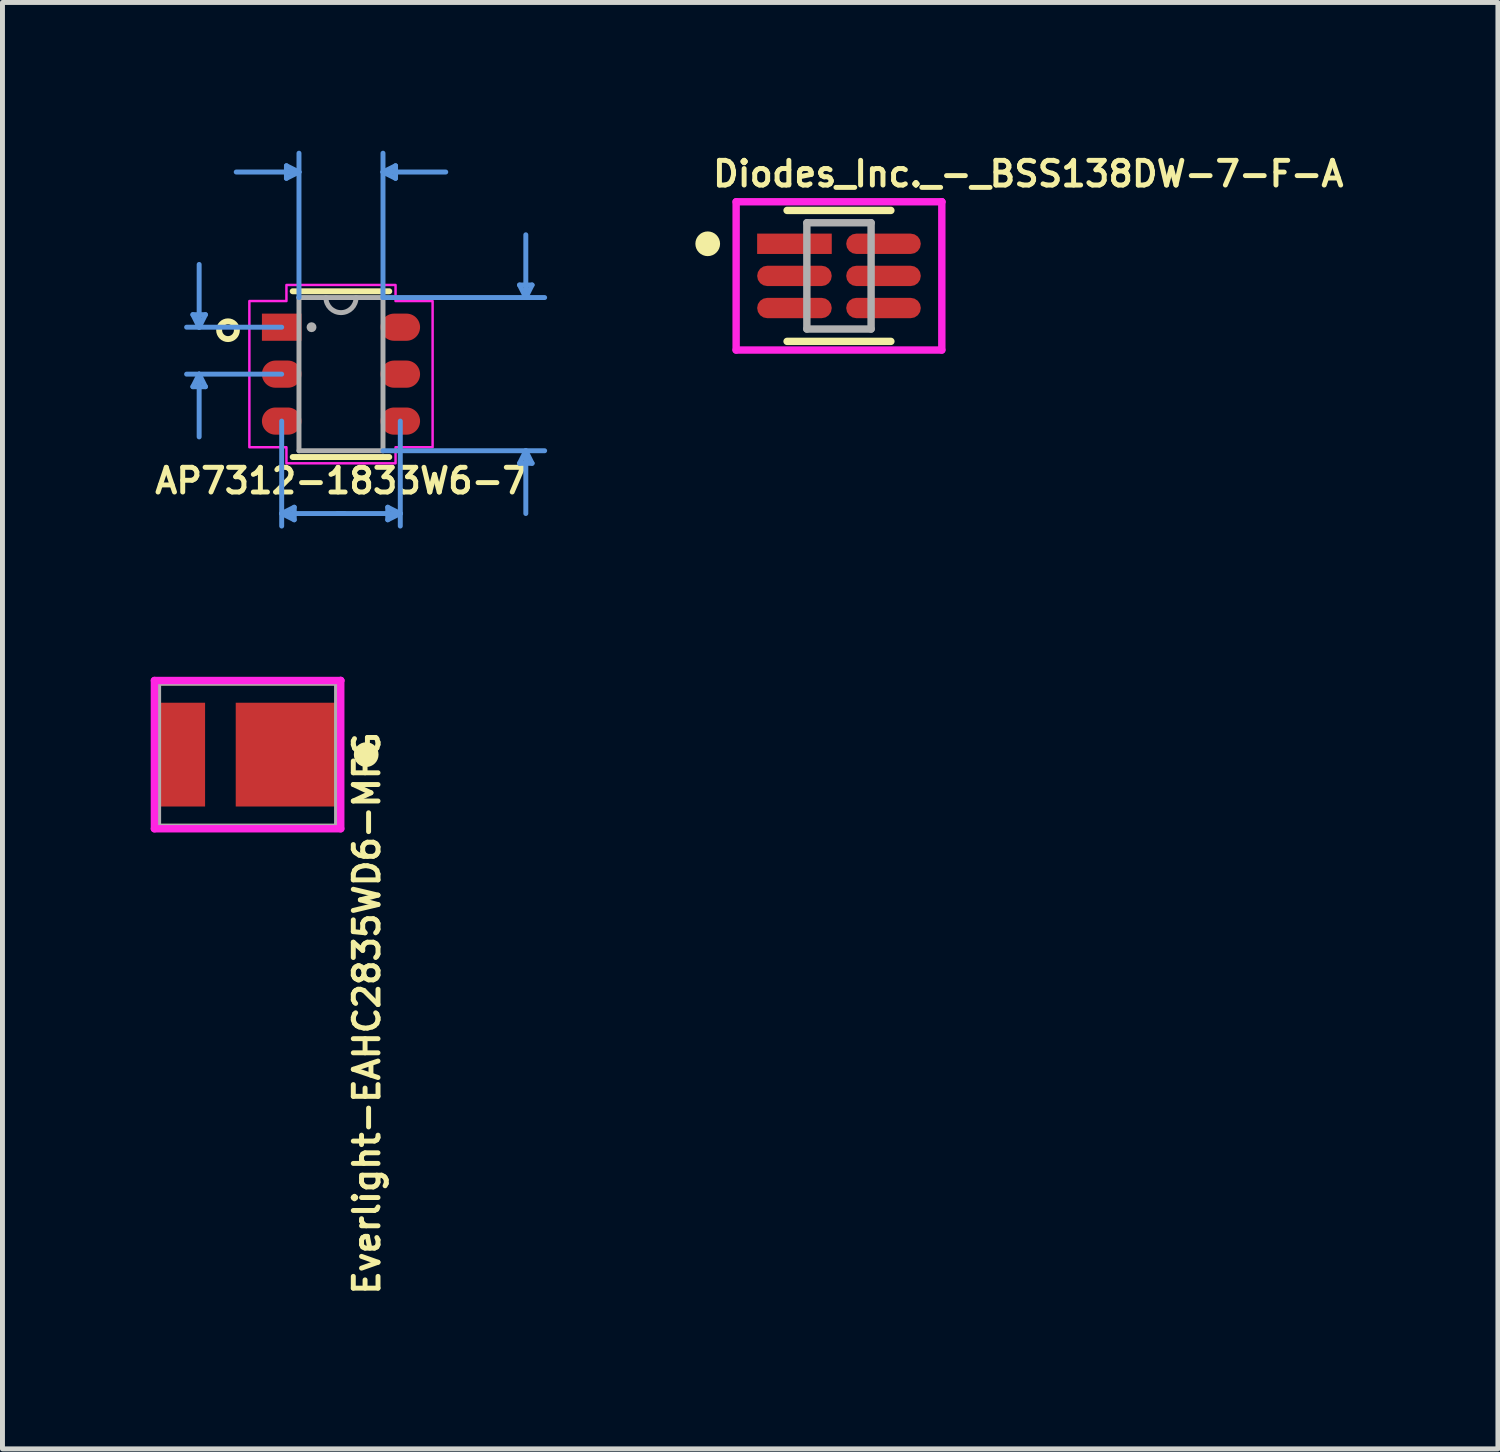
<source format=kicad_pcb>
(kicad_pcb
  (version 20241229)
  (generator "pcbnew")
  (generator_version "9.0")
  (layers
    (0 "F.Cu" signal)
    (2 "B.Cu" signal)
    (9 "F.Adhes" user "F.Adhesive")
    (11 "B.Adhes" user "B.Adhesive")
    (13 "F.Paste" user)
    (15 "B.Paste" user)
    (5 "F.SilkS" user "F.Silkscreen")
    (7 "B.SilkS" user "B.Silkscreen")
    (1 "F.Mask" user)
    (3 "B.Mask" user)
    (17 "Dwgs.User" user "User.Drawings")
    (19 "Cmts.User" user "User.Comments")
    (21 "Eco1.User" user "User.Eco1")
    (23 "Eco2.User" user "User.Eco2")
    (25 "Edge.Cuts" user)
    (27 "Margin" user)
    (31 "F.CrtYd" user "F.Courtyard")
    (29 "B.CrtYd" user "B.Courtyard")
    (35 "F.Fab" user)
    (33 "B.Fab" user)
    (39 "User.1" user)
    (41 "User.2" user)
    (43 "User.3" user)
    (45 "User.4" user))
  (footprint "Diodes_Inc._-_BSS138DW-7-F-A"
    (layer "F.Cu")
    (at 13.927 2.533)
    (property "Reference" "Diodes_Inc._-_BSS138DW-7-F-A" (at -2.604 -2.065 0) (layer "F.SilkS") (effects (font (size 0.5 0.5) (thickness 0.1)) (justify left)))
    (attr through_hole)
    (fp_line (start -1.05 -1.325) (end 1.05 -1.325) (stroke (width 0.15) (type solid)) (layer "F.SilkS"))
    (fp_line (start -1.05 1.325) (end 1.05 1.325) (stroke (width 0.15) (type solid)) (layer "F.SilkS"))
    (fp_circle (center -2.656 -0.65) (end -2.531 -0.65) (stroke (width 0.25) (type solid)) (fill no) (layer "F.SilkS"))
    (fp_line (start -2.081 -1.5) (end -2.081 1.5) (stroke (width 0.15) (type solid)) (layer "F.CrtYd"))
    (fp_line (start -2.081 1.5) (end 2.081 1.5) (stroke (width 0.15) (type solid)) (layer "F.CrtYd"))
    (fp_line (start 2.081 -1.5) (end -2.081 -1.5) (stroke (width 0.15) (type solid)) (layer "F.CrtYd"))
    (fp_line (start 2.081 -1.5) (end 2.081 -1.5) (stroke (width 0.15) (type solid)) (layer "F.CrtYd"))
    (fp_line (start 2.081 1.5) (end 2.081 -1.5) (stroke (width 0.15) (type solid)) (layer "F.CrtYd"))
    (fp_line (start -0.65 -1.075) (end 0.65 -1.075) (stroke (width 0.15) (type solid)) (layer "F.Fab"))
    (fp_line (start -0.65 1.075) (end -0.65 -1.075) (stroke (width 0.15) (type solid)) (layer "F.Fab"))
    (fp_line (start 0.65 -1.075) (end 0.65 1.075) (stroke (width 0.15) (type solid)) (layer "F.Fab"))
    (fp_line (start 0.65 1.075) (end -0.65 1.075) (stroke (width 0.15) (type solid)) (layer "F.Fab"))
    (pad "1" smd rect (at -0.901 -0.65) (size 1.51 0.412) (layers "F.Cu" "F.Mask" "F.Paste"))
    (pad "2" smd roundrect (at -0.901 0) (size 1.51 0.412) (layers "F.Cu" "F.Mask" "F.Paste") (roundrect_rratio 0.5))
    (pad "3" smd roundrect (at -0.901 0.65) (size 1.51 0.412) (layers "F.Cu" "F.Mask" "F.Paste") (roundrect_rratio 0.5))
    (pad "4" smd roundrect (at 0.901 0.65) (size 1.51 0.412) (layers "F.Cu" "F.Mask" "F.Paste") (roundrect_rratio 0.5))
    (pad "5" smd roundrect (at 0.901 0) (size 1.51 0.412) (layers "F.Cu" "F.Mask" "F.Paste") (roundrect_rratio 0.5))
    (pad "6" smd roundrect (at 0.901 -0.65) (size 1.51 0.412) (layers "F.Cu" "F.Mask" "F.Paste") (roundrect_rratio 0.5)))
  (footprint "Everlight-EAHC2835WD6-MFG"
    (layer "F.Cu")
    (at 1.96 12.22)
    (property "Reference" "Everlight-EAHC2835WD6-MFG" (at 2.413 -0.508 270) (layer "F.SilkS") (effects (font (size 0.5 0.5) (thickness 0.1)) (justify right)))
    (attr through_hole)
    (fp_line (start -1.825 -1.475) (end 1.825 -1.475) (stroke (width 0.15) (type solid)) (layer "F.SilkS"))
    (fp_line (start -1.825 -1.425) (end -1.825 -1.475) (stroke (width 0.15) (type solid)) (layer "F.SilkS"))
    (fp_line (start -1.825 1.475) (end -1.825 1.425) (stroke (width 0.15) (type solid)) (layer "F.SilkS"))
    (fp_line (start -1.825 1.475) (end 1.825 1.475) (stroke (width 0.15) (type solid)) (layer "F.SilkS"))
    (fp_line (start 1.825 -1.425) (end 1.825 -1.475) (stroke (width 0.15) (type solid)) (layer "F.SilkS"))
    (fp_line (start 1.825 1.475) (end 1.825 1.425) (stroke (width 0.15) (type solid)) (layer "F.SilkS"))
    (fp_circle (center 2.4 0) (end 2.525 0) (stroke (width 0.25) (type solid)) (fill no) (layer "F.SilkS"))
    (fp_line (start -1.885 -1.5) (end -1.885 1.5) (stroke (width 0.15) (type solid)) (layer "F.CrtYd"))
    (fp_line (start -1.885 1.5) (end 1.885 1.5) (stroke (width 0.15) (type solid)) (layer "F.CrtYd"))
    (fp_line (start 1.885 -1.5) (end -1.885 -1.5) (stroke (width 0.15) (type solid)) (layer "F.CrtYd"))
    (fp_line (start 1.885 -1.5) (end 1.885 -1.5) (stroke (width 0.15) (type solid)) (layer "F.CrtYd"))
    (fp_line (start 1.885 1.5) (end 1.885 -1.5) (stroke (width 0.15) (type solid)) (layer "F.CrtYd"))
    (fp_line (start -1.825 -1.475) (end 1.825 -1.475) (stroke (width 0.15) (type solid)) (layer "F.Fab"))
    (fp_line (start -1.825 1.475) (end -1.825 -1.475) (stroke (width 0.15) (type solid)) (layer "F.Fab"))
    (fp_line (start 1.825 -1.475) (end 1.825 1.475) (stroke (width 0.15) (type solid)) (layer "F.Fab"))
    (fp_line (start 1.825 1.475) (end -1.825 1.475) (stroke (width 0.15) (type solid)) (layer "F.Fab"))
    (pad "1" smd rect (at 0.81 0) (size 2.1 2.1) (layers "F.Cu" "F.Mask" "F.Paste"))
    (pad "2" smd rect (at -1.36 0) (size 1 2.1) (layers "F.Cu" "F.Mask" "F.Paste")))
  (footprint "AP7312-1833W6-7"
    (layer "F.Cu")
    (at 3.85 4.521)
    (property "Reference" "AP7312-1833W6-7" (at 0 2.159 180) (layer "F.SilkS") (effects (font (size 0.5 0.5) (thickness 0.1))))
    (attr through_hole)
    (fp_line (start -0.977 1.677) (end 0.977 1.677) (stroke (width 0.12) (type solid)) (layer "F.SilkS"))
    (fp_line (start 0.977 -1.677) (end -0.977 -1.677) (stroke (width 0.12) (type solid)) (layer "F.SilkS"))
    (fp_circle (center -2.286 -0.889) (end -2.159 -1.016) (stroke (width 0.12) (type solid)) (fill no) (layer "F.SilkS"))
    (fp_line (start -2.997 -1.204) (end -2.87 -0.95) (stroke (width 0.1) (type solid)) (layer "Cmts.User"))
    (fp_line (start -2.997 0.254) (end -2.87 0) (stroke (width 0.1) (type solid)) (layer "Cmts.User"))
    (fp_line (start -2.87 -0.95) (end -2.87 -2.22) (stroke (width 0.1) (type solid)) (layer "Cmts.User"))
    (fp_line (start -2.87 -0.95) (end -2.743 -1.204) (stroke (width 0.1) (type solid)) (layer "Cmts.User"))
    (fp_line (start -2.87 0) (end -2.87 1.27) (stroke (width 0.1) (type solid)) (layer "Cmts.User"))
    (fp_line (start -2.87 0) (end -2.743 0.254) (stroke (width 0.1) (type solid)) (layer "Cmts.User"))
    (fp_line (start -2.743 -1.204) (end -2.997 -1.204) (stroke (width 0.1) (type solid)) (layer "Cmts.User"))
    (fp_line (start -2.743 0.254) (end -2.997 0.254) (stroke (width 0.1) (type solid)) (layer "Cmts.User"))
    (fp_line (start -1.2 -0.95) (end -3.124 -0.95) (stroke (width 0.1) (type solid)) (layer "Cmts.User"))
    (fp_line (start -1.2 0) (end -3.124 0) (stroke (width 0.1) (type solid)) (layer "Cmts.User"))
    (fp_line (start -1.2 0.95) (end -1.2 3.074) (stroke (width 0.1) (type solid)) (layer "Cmts.User"))
    (fp_line (start -1.2 2.82) (end -0.946 2.947) (stroke (width 0.1) (type solid)) (layer "Cmts.User"))
    (fp_line (start -1.2 2.82) (end 0.07 2.82) (stroke (width 0.1) (type solid)) (layer "Cmts.User"))
    (fp_line (start -1.104 -4.217) (end -1.104 -3.963) (stroke (width 0.1) (type solid)) (layer "Cmts.User"))
    (fp_line (start -0.946 2.693) (end -1.2 2.82) (stroke (width 0.1) (type solid)) (layer "Cmts.User"))
    (fp_line (start -0.946 2.947) (end -0.946 2.693) (stroke (width 0.1) (type solid)) (layer "Cmts.User"))
    (fp_line (start -0.85 -4.09) (end -2.12 -4.09) (stroke (width 0.1) (type solid)) (layer "Cmts.User"))
    (fp_line (start -0.85 -4.09) (end -1.104 -4.217) (stroke (width 0.1) (type solid)) (layer "Cmts.User"))
    (fp_line (start -0.85 -4.09) (end -1.104 -3.963) (stroke (width 0.1) (type solid)) (layer "Cmts.User"))
    (fp_line (start -0.85 -1.55) (end -0.85 -4.471) (stroke (width 0.1) (type solid)) (layer "Cmts.User"))
    (fp_line (start 0.85 -4.09) (end 1.104 -4.217) (stroke (width 0.1) (type solid)) (layer "Cmts.User"))
    (fp_line (start 0.85 -4.09) (end 1.104 -3.963) (stroke (width 0.1) (type solid)) (layer "Cmts.User"))
    (fp_line (start 0.85 -4.09) (end 2.12 -4.09) (stroke (width 0.1) (type solid)) (layer "Cmts.User"))
    (fp_line (start 0.85 -1.55) (end 0.85 -4.471) (stroke (width 0.1) (type solid)) (layer "Cmts.User"))
    (fp_line (start 0.85 -1.55) (end 4.121 -1.55) (stroke (width 0.1) (type solid)) (layer "Cmts.User"))
    (fp_line (start 0.85 1.55) (end 4.121 1.55) (stroke (width 0.1) (type solid)) (layer "Cmts.User"))
    (fp_line (start 0.946 2.693) (end 1.2 2.82) (stroke (width 0.1) (type solid)) (layer "Cmts.User"))
    (fp_line (start 0.946 2.947) (end 0.946 2.693) (stroke (width 0.1) (type solid)) (layer "Cmts.User"))
    (fp_line (start 1.104 -4.217) (end 1.104 -3.963) (stroke (width 0.1) (type solid)) (layer "Cmts.User"))
    (fp_line (start 1.2 0.95) (end 1.2 3.074) (stroke (width 0.1) (type solid)) (layer "Cmts.User"))
    (fp_line (start 1.2 2.82) (end -0.07 2.82) (stroke (width 0.1) (type solid)) (layer "Cmts.User"))
    (fp_line (start 1.2 2.82) (end 0.946 2.947) (stroke (width 0.1) (type solid)) (layer "Cmts.User"))
    (fp_line (start 3.613 -1.804) (end 3.867 -1.804) (stroke (width 0.1) (type solid)) (layer "Cmts.User"))
    (fp_line (start 3.613 1.804) (end 3.867 1.804) (stroke (width 0.1) (type solid)) (layer "Cmts.User"))
    (fp_line (start 3.74 -1.55) (end 3.613 -1.804) (stroke (width 0.1) (type solid)) (layer "Cmts.User"))
    (fp_line (start 3.74 -1.55) (end 3.74 -2.82) (stroke (width 0.1) (type solid)) (layer "Cmts.User"))
    (fp_line (start 3.74 -1.55) (end 3.867 -1.804) (stroke (width 0.1) (type solid)) (layer "Cmts.User"))
    (fp_line (start 3.74 1.55) (end 3.613 1.804) (stroke (width 0.1) (type solid)) (layer "Cmts.User"))
    (fp_line (start 3.74 1.55) (end 3.74 2.82) (stroke (width 0.1) (type solid)) (layer "Cmts.User"))
    (fp_line (start 3.74 1.55) (end 3.867 1.804) (stroke (width 0.1) (type solid)) (layer "Cmts.User"))
    (fp_poly (pts (xy -1.854 -1.479) (xy -1.854 1.479) (xy -1.104 1.479) (xy -1.104 1.804) (xy 1.104 1.804) (xy 1.104 1.479) (xy 1.854 1.479) (xy 1.854 -1.479) (xy 1.104 -1.479) (xy 1.104 -1.804) (xy -1.104 -1.804) (xy -1.104 -1.479)) (stroke (width 0.05) (type solid)) (fill no) (layer "F.CrtYd"))
    (fp_line (start -0.85 -1.55) (end -0.85 1.55) (stroke (width 0.1) (type solid)) (layer "F.Fab"))
    (fp_line (start -0.85 1.55) (end 0.85 1.55) (stroke (width 0.1) (type solid)) (layer "F.Fab"))
    (fp_line (start 0.85 -1.55) (end -0.85 -1.55) (stroke (width 0.1) (type solid)) (layer "F.Fab"))
    (fp_line (start 0.85 1.55) (end 0.85 -1.55) (stroke (width 0.1) (type solid)) (layer "F.Fab"))
    (fp_arc (start 0.3048 -1.549998) (mid -0.000001 -1.245199) (end -0.3048 -1.55) (stroke (width 0.1) (type solid)) (layer "F.Fab"))
    (fp_circle (center -0.596 -0.95) (end -0.596 -0.95) (stroke (width 0.1) (type solid)) (fill no) (layer "F.Fab"))
    (pad "1" smd rect (at -1.2 -0.95) (size 0.8 0.55) (layers "F.Cu" "F.Mask" "F.Paste"))
    (pad "2" smd oval (at -1.2 0) (size 0.8 0.55) (layers "F.Cu" "F.Mask" "F.Paste"))
    (pad "3" smd oval (at -1.2 0.95) (size 0.8 0.55) (layers "F.Cu" "F.Mask" "F.Paste"))
    (pad "4" smd oval (at 1.2 0.95) (size 0.8 0.55) (layers "F.Cu" "F.Mask" "F.Paste"))
    (pad "5" smd oval (at 1.2 0) (size 0.8 0.55) (layers "F.Cu" "F.Mask" "F.Paste"))
    (pad "6" smd oval (at 1.2 -0.95) (size 0.8 0.55) (layers "F.Cu" "F.Mask" "F.Paste")))
  (gr_rect
    (start -3 -3)
    (end 27.261 26.269)
    (stroke (width 0.1) (type default))
    (fill no)
    (layer "Edge.Cuts")))
</source>
